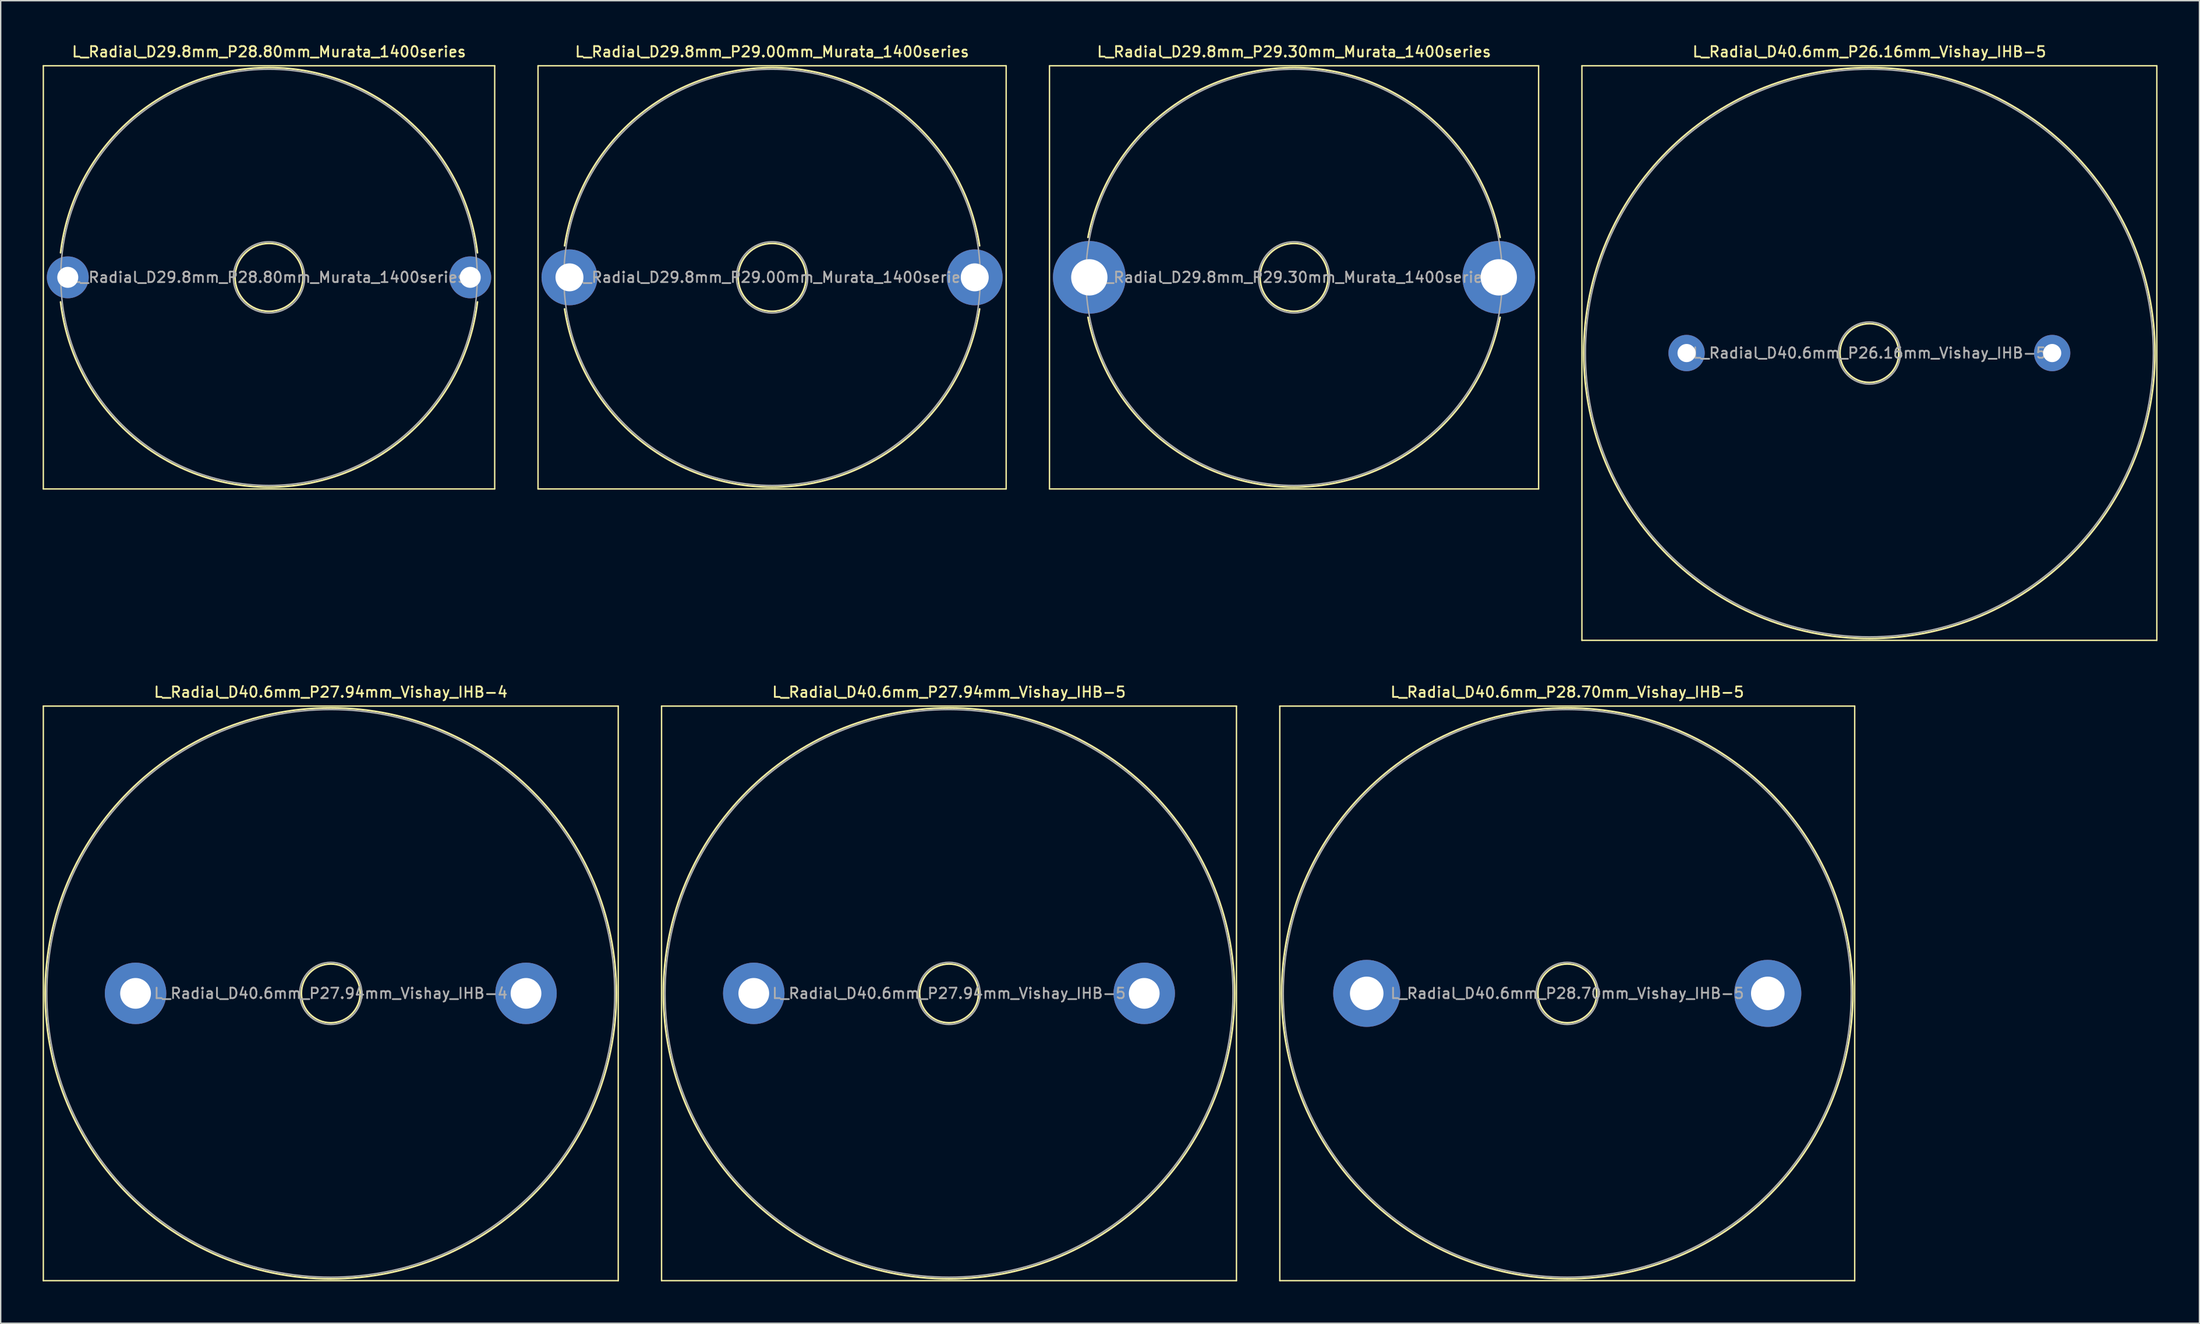
<source format=kicad_pcb>
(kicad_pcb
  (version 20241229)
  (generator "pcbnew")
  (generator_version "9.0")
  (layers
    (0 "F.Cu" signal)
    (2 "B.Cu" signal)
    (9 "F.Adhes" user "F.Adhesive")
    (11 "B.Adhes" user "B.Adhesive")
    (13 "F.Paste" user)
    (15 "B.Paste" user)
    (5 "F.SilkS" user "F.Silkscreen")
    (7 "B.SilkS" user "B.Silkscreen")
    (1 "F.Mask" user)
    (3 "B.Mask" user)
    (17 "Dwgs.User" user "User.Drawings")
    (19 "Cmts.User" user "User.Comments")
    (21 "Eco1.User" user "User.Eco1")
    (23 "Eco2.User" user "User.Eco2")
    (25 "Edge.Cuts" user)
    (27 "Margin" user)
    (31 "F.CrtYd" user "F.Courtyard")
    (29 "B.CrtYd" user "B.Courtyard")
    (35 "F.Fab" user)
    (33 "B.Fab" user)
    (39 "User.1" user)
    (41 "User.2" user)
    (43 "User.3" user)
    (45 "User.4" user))
  (footprint "L_Radial_D29.8mm_P29.00mm_Murata_1400series"
    (layer "F.Cu")
    (at 37.7 16.808)
    (property "Reference" "L_Radial_D29.8mm_P29.00mm_Murata_1400series" (at 14.5 -16.15 0) (layer "F.SilkS") (effects (font (size 0.75 0.75) (thickness 0.125))))
    (attr through_hole)
    (fp_line (start -2.25 -15.15) (end -2.25 15.15) (stroke (width 0.1) (type solid)) (layer "F.SilkS"))
    (fp_line (start -2.25 15.15) (end 31.25 15.15) (stroke (width 0.1) (type solid)) (layer "F.SilkS"))
    (fp_line (start 31.25 -15.15) (end -2.25 -15.15) (stroke (width 0.1) (type solid)) (layer "F.SilkS"))
    (fp_line (start 31.25 15.15) (end 31.25 -15.15) (stroke (width 0.1) (type solid)) (layer "F.SilkS"))
    (fp_arc (start -0.349 -2.26) (mid 14.5 -15.02) (end 29.349 -2.26) (stroke (width 0.12) (type solid)) (layer "F.SilkS"))
    (fp_arc (start 29.349 2.26) (mid 14.5 15.02) (end -0.349 2.26) (stroke (width 0.12) (type solid)) (layer "F.SilkS"))
    (fp_circle (center 14.5 0) (end 16.93 0) (stroke (width 0.12) (type solid)) (fill no) (layer "F.SilkS"))
    (fp_circle (center 14.5 0) (end 17.05 0) (stroke (width 0.1) (type solid)) (fill no) (layer "F.Fab"))
    (fp_circle (center 14.5 0) (end 29.4 0) (stroke (width 0.1) (type solid)) (fill no) (layer "F.Fab"))
    (fp_text user "${REFERENCE}" (at 14.5 0 0) (layer "F.Fab") (effects (font (size 0.75 0.75) (thickness 0.125))))
    (pad "1" thru_hole circle (at 0 0) (size 4 4) (drill 2) (layers "*.Cu" "*.Mask"))
    (pad "2" thru_hole circle (at 29 0) (size 4 4) (drill 2) (layers "*.Cu" "*.Mask")))
  (footprint "L_Radial_D29.8mm_P28.80mm_Murata_1400series"
    (layer "F.Cu")
    (at 1.8 16.808)
    (property "Reference" "L_Radial_D29.8mm_P28.80mm_Murata_1400series" (at 14.4 -16.15 0) (layer "F.SilkS") (effects (font (size 0.75 0.75) (thickness 0.125))))
    (attr through_hole)
    (fp_line (start -1.75 -15.15) (end -1.75 15.15) (stroke (width 0.1) (type solid)) (layer "F.SilkS"))
    (fp_line (start -1.75 15.15) (end 30.55 15.15) (stroke (width 0.1) (type solid)) (layer "F.SilkS"))
    (fp_line (start 30.55 -15.15) (end -1.75 -15.15) (stroke (width 0.1) (type solid)) (layer "F.SilkS"))
    (fp_line (start 30.55 15.15) (end 30.55 -15.15) (stroke (width 0.1) (type solid)) (layer "F.SilkS"))
    (fp_arc (start -0.516528 -1.76) (mid 14.4 -15.02) (end 29.316528 -1.76) (stroke (width 0.12) (type solid)) (layer "F.SilkS"))
    (fp_arc (start 29.316528 1.76) (mid 14.4 15.02) (end -0.516528 1.76) (stroke (width 0.12) (type solid)) (layer "F.SilkS"))
    (fp_circle (center 14.4 0) (end 16.83 0) (stroke (width 0.12) (type solid)) (fill no) (layer "F.SilkS"))
    (fp_circle (center 14.4 0) (end 16.95 0) (stroke (width 0.1) (type solid)) (fill no) (layer "F.Fab"))
    (fp_circle (center 14.4 0) (end 29.3 0) (stroke (width 0.1) (type solid)) (fill no) (layer "F.Fab"))
    (fp_text user "${REFERENCE}" (at 14.4 0 0) (layer "F.Fab") (effects (font (size 0.75 0.75) (thickness 0.125))))
    (pad "1" thru_hole circle (at 0 0) (size 3 3) (drill 1.5) (layers "*.Cu" "*.Mask"))
    (pad "2" thru_hole circle (at 28.8 0) (size 3 3) (drill 1.5) (layers "*.Cu" "*.Mask")))
  (footprint "L_Radial_D40.6mm_P27.94mm_Vishay_IHB-4"
    (layer "F.Cu")
    (at 6.65 68.076)
    (property "Reference" "L_Radial_D40.6mm_P27.94mm_Vishay_IHB-4" (at 13.97 -21.57 0) (layer "F.SilkS") (effects (font (size 0.75 0.75) (thickness 0.125))))
    (attr through_hole)
    (fp_line (start -6.6 -20.57) (end -6.6 20.57) (stroke (width 0.1) (type solid)) (layer "F.SilkS"))
    (fp_line (start -6.6 20.57) (end 34.54 20.57) (stroke (width 0.1) (type solid)) (layer "F.SilkS"))
    (fp_line (start 34.54 -20.57) (end -6.6 -20.57) (stroke (width 0.1) (type solid)) (layer "F.SilkS"))
    (fp_line (start 34.54 20.57) (end 34.54 -20.57) (stroke (width 0.1) (type solid)) (layer "F.SilkS"))
    (fp_circle (center 13.97 0) (end 16.075 0) (stroke (width 0.12) (type solid)) (fill no) (layer "F.SilkS"))
    (fp_circle (center 13.97 0) (end 34.41 0) (stroke (width 0.12) (type solid)) (fill no) (layer "F.SilkS"))
    (fp_circle (center 13.97 0) (end 16.195 0) (stroke (width 0.1) (type solid)) (fill no) (layer "F.Fab"))
    (fp_circle (center 13.97 0) (end 34.29 0) (stroke (width 0.1) (type solid)) (fill no) (layer "F.Fab"))
    (fp_text user "${REFERENCE}" (at 13.97 0 0) (layer "F.Fab") (effects (font (size 0.75 0.75) (thickness 0.125))))
    (pad "1" thru_hole circle (at 0 0) (size 4.4 4.4) (drill 2.2) (layers "*.Cu" "*.Mask"))
    (pad "2" thru_hole circle (at 27.94 0) (size 4.4 4.4) (drill 2.2) (layers "*.Cu" "*.Mask")))
  (footprint "L_Radial_D29.8mm_P29.30mm_Murata_1400series"
    (layer "F.Cu")
    (at 74.9 16.808)
    (property "Reference" "L_Radial_D29.8mm_P29.30mm_Murata_1400series" (at 14.65 -16.15 0) (layer "F.SilkS") (effects (font (size 0.75 0.75) (thickness 0.125))))
    (attr through_hole)
    (fp_line (start -2.85 -15.15) (end -2.85 15.15) (stroke (width 0.1) (type solid)) (layer "F.SilkS"))
    (fp_line (start -2.85 15.15) (end 32.15 15.15) (stroke (width 0.1) (type solid)) (layer "F.SilkS"))
    (fp_line (start 32.15 -15.15) (end -2.85 -15.15) (stroke (width 0.1) (type solid)) (layer "F.SilkS"))
    (fp_line (start 32.15 15.15) (end 32.15 -15.15) (stroke (width 0.1) (type solid)) (layer "F.SilkS"))
    (fp_arc (start -0.095196 -2.86) (mid 14.65 -15.02) (end 29.395196 -2.86) (stroke (width 0.12) (type solid)) (layer "F.SilkS"))
    (fp_arc (start 29.395196 2.86) (mid 14.65 15.02) (end -0.095196 2.86) (stroke (width 0.12) (type solid)) (layer "F.SilkS"))
    (fp_circle (center 14.65 0) (end 17.08 0) (stroke (width 0.12) (type solid)) (fill no) (layer "F.SilkS"))
    (fp_circle (center 14.65 0) (end 17.2 0) (stroke (width 0.1) (type solid)) (fill no) (layer "F.Fab"))
    (fp_circle (center 14.65 0) (end 29.55 0) (stroke (width 0.1) (type solid)) (fill no) (layer "F.Fab"))
    (fp_text user "${REFERENCE}" (at 14.65 0 0) (layer "F.Fab") (effects (font (size 0.75 0.75) (thickness 0.125))))
    (pad "1" thru_hole circle (at 0 0) (size 5.2 5.2) (drill 2.6) (layers "*.Cu" "*.Mask"))
    (pad "2" thru_hole circle (at 29.3 0) (size 5.2 5.2) (drill 2.6) (layers "*.Cu" "*.Mask")))
  (footprint "L_Radial_D40.6mm_P26.16mm_Vishay_IHB-5"
    (layer "F.Cu")
    (at 117.64 22.228)
    (property "Reference" "L_Radial_D40.6mm_P26.16mm_Vishay_IHB-5" (at 13.08 -21.57 0) (layer "F.SilkS") (effects (font (size 0.75 0.75) (thickness 0.125))))
    (attr through_hole)
    (fp_line (start -7.49 -20.57) (end -7.49 20.57) (stroke (width 0.1) (type solid)) (layer "F.SilkS"))
    (fp_line (start -7.49 20.57) (end 33.65 20.57) (stroke (width 0.1) (type solid)) (layer "F.SilkS"))
    (fp_line (start 33.65 -20.57) (end -7.49 -20.57) (stroke (width 0.1) (type solid)) (layer "F.SilkS"))
    (fp_line (start 33.65 20.57) (end 33.65 -20.57) (stroke (width 0.1) (type solid)) (layer "F.SilkS"))
    (fp_circle (center 13.08 0) (end 15.185 0) (stroke (width 0.12) (type solid)) (fill no) (layer "F.SilkS"))
    (fp_circle (center 13.08 0) (end 33.52 0) (stroke (width 0.12) (type solid)) (fill no) (layer "F.SilkS"))
    (fp_circle (center 13.08 0) (end 15.305 0) (stroke (width 0.1) (type solid)) (fill no) (layer "F.Fab"))
    (fp_circle (center 13.08 0) (end 33.4 0) (stroke (width 0.1) (type solid)) (fill no) (layer "F.Fab"))
    (fp_text user "${REFERENCE}" (at 13.08 0 0) (layer "F.Fab") (effects (font (size 0.75 0.75) (thickness 0.125))))
    (pad "1" thru_hole circle (at 0 0) (size 2.6 2.6) (drill 1.3) (layers "*.Cu" "*.Mask"))
    (pad "2" thru_hole circle (at 26.16 0) (size 2.6 2.6) (drill 1.3) (layers "*.Cu" "*.Mask")))
  (footprint "L_Radial_D40.6mm_P28.70mm_Vishay_IHB-5"
    (layer "F.Cu")
    (at 94.75 68.076)
    (property "Reference" "L_Radial_D40.6mm_P28.70mm_Vishay_IHB-5" (at 14.35 -21.57 0) (layer "F.SilkS") (effects (font (size 0.75 0.75) (thickness 0.125))))
    (attr through_hole)
    (fp_line (start -6.22 -20.57) (end -6.22 20.57) (stroke (width 0.1) (type solid)) (layer "F.SilkS"))
    (fp_line (start -6.22 20.57) (end 34.92 20.57) (stroke (width 0.1) (type solid)) (layer "F.SilkS"))
    (fp_line (start 34.92 -20.57) (end -6.22 -20.57) (stroke (width 0.1) (type solid)) (layer "F.SilkS"))
    (fp_line (start 34.92 20.57) (end 34.92 -20.57) (stroke (width 0.1) (type solid)) (layer "F.SilkS"))
    (fp_circle (center 14.35 0) (end 16.455 0) (stroke (width 0.12) (type solid)) (fill no) (layer "F.SilkS"))
    (fp_circle (center 14.35 0) (end 34.79 0) (stroke (width 0.12) (type solid)) (fill no) (layer "F.SilkS"))
    (fp_circle (center 14.35 0) (end 16.575 0) (stroke (width 0.1) (type solid)) (fill no) (layer "F.Fab"))
    (fp_circle (center 14.35 0) (end 34.67 0) (stroke (width 0.1) (type solid)) (fill no) (layer "F.Fab"))
    (fp_text user "${REFERENCE}" (at 14.35 0 0) (layer "F.Fab") (effects (font (size 0.75 0.75) (thickness 0.125))))
    (pad "1" thru_hole circle (at 0 0) (size 4.8 4.8) (drill 2.4) (layers "*.Cu" "*.Mask"))
    (pad "2" thru_hole circle (at 28.7 0) (size 4.8 4.8) (drill 2.4) (layers "*.Cu" "*.Mask")))
  (footprint "L_Radial_D40.6mm_P27.94mm_Vishay_IHB-5"
    (layer "F.Cu")
    (at 50.89 68.076)
    (property "Reference" "L_Radial_D40.6mm_P27.94mm_Vishay_IHB-5" (at 13.97 -21.57 0) (layer "F.SilkS") (effects (font (size 0.75 0.75) (thickness 0.125))))
    (attr through_hole)
    (fp_line (start -6.6 -20.57) (end -6.6 20.57) (stroke (width 0.1) (type solid)) (layer "F.SilkS"))
    (fp_line (start -6.6 20.57) (end 34.54 20.57) (stroke (width 0.1) (type solid)) (layer "F.SilkS"))
    (fp_line (start 34.54 -20.57) (end -6.6 -20.57) (stroke (width 0.1) (type solid)) (layer "F.SilkS"))
    (fp_line (start 34.54 20.57) (end 34.54 -20.57) (stroke (width 0.1) (type solid)) (layer "F.SilkS"))
    (fp_circle (center 13.97 0) (end 16.075 0) (stroke (width 0.12) (type solid)) (fill no) (layer "F.SilkS"))
    (fp_circle (center 13.97 0) (end 34.41 0) (stroke (width 0.12) (type solid)) (fill no) (layer "F.SilkS"))
    (fp_circle (center 13.97 0) (end 16.195 0) (stroke (width 0.1) (type solid)) (fill no) (layer "F.Fab"))
    (fp_circle (center 13.97 0) (end 34.29 0) (stroke (width 0.1) (type solid)) (fill no) (layer "F.Fab"))
    (fp_text user "${REFERENCE}" (at 13.97 0 0) (layer "F.Fab") (effects (font (size 0.75 0.75) (thickness 0.125))))
    (pad "1" thru_hole circle (at 0 0) (size 4.4 4.4) (drill 2.2) (layers "*.Cu" "*.Mask"))
    (pad "2" thru_hole circle (at 27.94 0) (size 4.4 4.4) (drill 2.2) (layers "*.Cu" "*.Mask")))
  (gr_rect
    (start -3 -3)
    (end 154.34 91.696)
    (stroke (width 0.1) (type default))
    (fill no)
    (layer "Edge.Cuts")))
</source>
